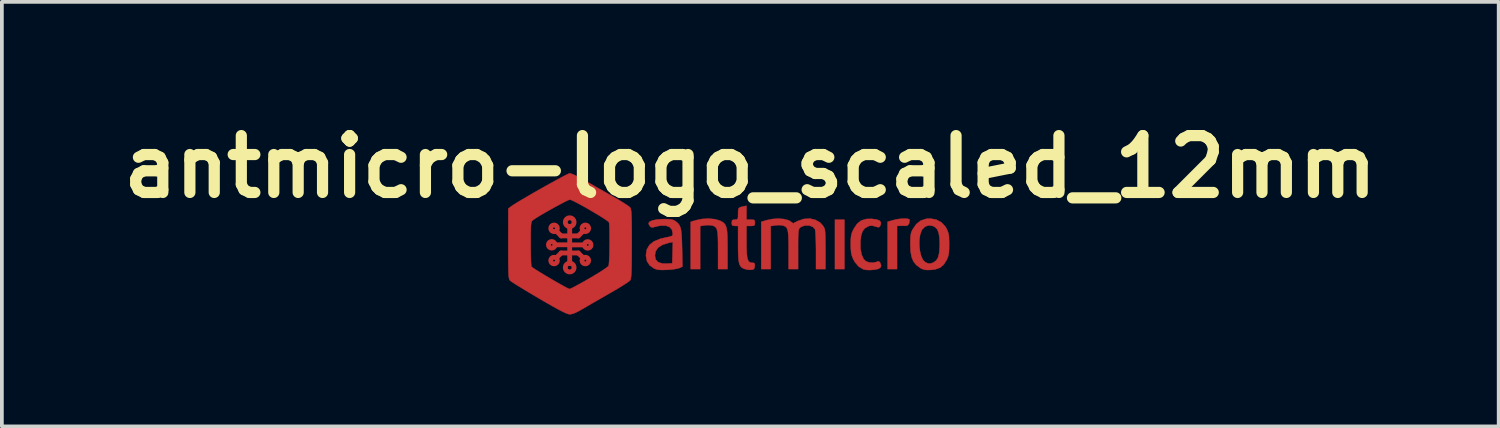
<source format=kicad_pcb>
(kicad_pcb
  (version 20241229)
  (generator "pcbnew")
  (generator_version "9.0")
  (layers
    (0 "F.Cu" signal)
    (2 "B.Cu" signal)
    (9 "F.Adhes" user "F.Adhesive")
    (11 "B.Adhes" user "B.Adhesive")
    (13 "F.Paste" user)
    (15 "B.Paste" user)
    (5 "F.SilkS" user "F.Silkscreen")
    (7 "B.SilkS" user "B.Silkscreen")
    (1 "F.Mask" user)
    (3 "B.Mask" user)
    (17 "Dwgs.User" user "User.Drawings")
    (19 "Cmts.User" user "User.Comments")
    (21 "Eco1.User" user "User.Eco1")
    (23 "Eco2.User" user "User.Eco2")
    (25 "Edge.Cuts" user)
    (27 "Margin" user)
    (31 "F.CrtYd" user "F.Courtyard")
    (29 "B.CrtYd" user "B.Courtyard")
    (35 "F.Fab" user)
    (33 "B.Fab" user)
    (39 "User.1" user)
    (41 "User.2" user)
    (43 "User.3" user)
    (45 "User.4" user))
  (footprint "antmicro-logo_scaled_12mm"
    (layer "F.Cu")
    (at 16.452 3.514)
    (property "Reference" "antmicro-logo_scaled_12mm" (at 0.61 -2.095 0) (layer "F.SilkS") (effects (font (size 1.524 1.524) (thickness 0.3))))
    (attr exclude_from_pos_files exclude_from_bom)
    (fp_line (start -4.624 -0.002) (end -4.269 -0.002) (stroke (width 0.13) (type solid)) (layer "F.Cu"))
    (fp_line (start -4.459 -0.24) (end -4.586 -0.367) (stroke (width 0.13) (type solid)) (layer "F.Cu"))
    (fp_line (start -4.459 -0.24) (end -4.231 -0.24) (stroke (width 0.13) (type solid)) (layer "F.Cu"))
    (fp_line (start -4.459 0.217) (end -4.586 0.344) (stroke (width 0.13) (type solid)) (layer "F.Cu"))
    (fp_line (start -4.459 0.217) (end -4.231 0.217) (stroke (width 0.13) (type solid)) (layer "F.Cu"))
    (fp_line (start -4.231 -0.492) (end -4.231 0.496) (stroke (width 0.13) (type solid)) (layer "F.Cu"))
    (fp_line (start -4.002 -0.24) (end -4.231 -0.24) (stroke (width 0.13) (type solid)) (layer "F.Cu"))
    (fp_line (start -4.002 -0.24) (end -3.875 -0.367) (stroke (width 0.13) (type solid)) (layer "F.Cu"))
    (fp_line (start -4.002 0.217) (end -4.231 0.217) (stroke (width 0.13) (type solid)) (layer "F.Cu"))
    (fp_line (start -4.002 0.217) (end -3.875 0.344) (stroke (width 0.13) (type solid)) (layer "F.Cu"))
    (fp_line (start -3.837 0.001) (end -4.192 0.001) (stroke (width 0.13) (type solid)) (layer "F.Cu"))
    (fp_circle (center -4.713 -0.002) (end -4.624 -0.002) (stroke (width 0.13) (type solid)) (fill no) (layer "F.Cu"))
    (fp_circle (center -4.65 -0.444) (end -4.561 -0.444) (stroke (width 0.13) (type solid)) (fill no) (layer "F.Cu"))
    (fp_circle (center -4.65 0.42) (end -4.561 0.42) (stroke (width 0.13) (type solid)) (fill no) (layer "F.Cu"))
    (fp_circle (center -4.231 -0.609) (end -4.114 -0.609) (stroke (width 0.13) (type solid)) (fill no) (layer "F.Cu"))
    (fp_circle (center -4.231 0.608) (end -4.114 0.608) (stroke (width 0.13) (type solid)) (fill no) (layer "F.Cu"))
    (fp_circle (center -3.812 -0.444) (end -3.723 -0.444) (stroke (width 0.13) (type solid)) (fill no) (layer "F.Cu"))
    (fp_circle (center -3.812 0.42) (end -3.723 0.42) (stroke (width 0.13) (type solid)) (fill no) (layer "F.Cu"))
    (fp_circle (center -3.748 0.001) (end -3.659 0.001) (stroke (width 0.13) (type solid)) (fill no) (layer "F.Cu"))
    (fp_poly (pts (xy 3.133 0.649) (xy 2.879 0.649) (xy 2.879 -0.677) (xy 3.133 -0.677) (xy 3.133 0.649)) (stroke (width 0.01) (type solid)) (fill yes) (layer "F.Cu"))
    (fp_poly (pts (xy 4.836 -0.698) (xy 4.878 -0.68) (xy 4.882 -0.67) (xy 4.866 -0.57) (xy 4.821 -0.517) (xy 4.773 -0.509) (xy 4.684 -0.512) (xy 4.621 -0.511) (xy 4.544 -0.508) (xy 4.544 0.649) (xy 4.29 0.649) (xy 4.29 -0.619) (xy 4.436 -0.662) (xy 4.543 -0.687) (xy 4.655 -0.701) (xy 4.757 -0.705) (xy 4.836 -0.698)) (stroke (width 0.01) (type solid)) (fill yes) (layer "F.Cu"))
    (fp_poly (pts (xy -0.34 -0.689) (xy -0.208 -0.651) (xy -0.206 -0.651) (xy -0.141 -0.617) (xy -0.091 -0.58) (xy -0.054 -0.529) (xy -0.029 -0.46) (xy -0.013 -0.362) (xy -0.004 -0.229) (xy -0.001 -0.054) (xy 0 0.111) (xy 0 0.649) (xy -0.254 0.649) (xy -0.254 0.133) (xy -0.255 -0.07) (xy -0.259 -0.224) (xy -0.269 -0.337) (xy -0.286 -0.415) (xy -0.312 -0.466) (xy -0.349 -0.497) (xy -0.398 -0.516) (xy -0.424 -0.522) (xy -0.51 -0.53) (xy -0.609 -0.524) (xy -0.622 -0.522) (xy -0.734 -0.503) (xy -0.734 0.649) (xy -0.988 0.649) (xy -0.988 -0.619) (xy -0.842 -0.662) (xy -0.678 -0.695) (xy -0.504 -0.704) (xy -0.34 -0.689)) (stroke (width 0.01) (type solid)) (fill yes) (layer "F.Cu"))
    (fp_poly (pts (xy 3.996 -0.681) (xy 4.08 -0.647) (xy 4.113 -0.594) (xy 4.099 -0.526) (xy 4.075 -0.483) (xy 4.045 -0.471) (xy 3.988 -0.485) (xy 3.96 -0.494) (xy 3.872 -0.516) (xy 3.799 -0.508) (xy 3.77 -0.497) (xy 3.681 -0.445) (xy 3.62 -0.369) (xy 3.582 -0.258) (xy 3.563 -0.103) (xy 3.562 -0.085) (xy 3.564 0.106) (xy 3.594 0.264) (xy 3.65 0.382) (xy 3.706 0.437) (xy 3.792 0.471) (xy 3.898 0.478) (xy 3.994 0.458) (xy 4.008 0.451) (xy 4.056 0.44) (xy 4.09 0.477) (xy 4.091 0.478) (xy 4.118 0.557) (xy 4.097 0.611) (xy 4.032 0.646) (xy 3.943 0.665) (xy 3.832 0.674) (xy 3.724 0.672) (xy 3.644 0.658) (xy 3.641 0.657) (xy 3.516 0.582) (xy 3.413 0.462) (xy 3.37 0.384) (xy 3.335 0.298) (xy 3.314 0.212) (xy 3.305 0.105) (xy 3.302 -0.018) (xy 3.304 -0.149) (xy 3.313 -0.243) (xy 3.331 -0.318) (xy 3.364 -0.394) (xy 3.381 -0.427) (xy 3.473 -0.565) (xy 3.582 -0.652) (xy 3.719 -0.694) (xy 3.86 -0.698) (xy 3.996 -0.681)) (stroke (width 0.01) (type solid)) (fill yes) (layer "F.Cu"))
    (fp_poly (pts (xy 0.508 -0.677) (xy 0.621 -0.677) (xy 0.693 -0.674) (xy 0.725 -0.656) (xy 0.734 -0.611) (xy 0.734 -0.593) (xy 0.729 -0.538) (xy 0.705 -0.514) (xy 0.645 -0.508) (xy 0.621 -0.508) (xy 0.508 -0.508) (xy 0.508 -0.077) (xy 0.51 0.116) (xy 0.517 0.26) (xy 0.532 0.361) (xy 0.556 0.427) (xy 0.591 0.464) (xy 0.639 0.478) (xy 0.667 0.48) (xy 0.715 0.487) (xy 0.731 0.518) (xy 0.729 0.572) (xy 0.716 0.634) (xy 0.683 0.661) (xy 0.621 0.67) (xy 0.525 0.663) (xy 0.437 0.639) (xy 0.385 0.61) (xy 0.346 0.571) (xy 0.318 0.515) (xy 0.299 0.433) (xy 0.289 0.317) (xy 0.283 0.16) (xy 0.282 -0.03) (xy 0.282 -0.508) (xy 0.198 -0.508) (xy 0.138 -0.515) (xy 0.115 -0.548) (xy 0.113 -0.593) (xy 0.12 -0.653) (xy 0.153 -0.675) (xy 0.198 -0.677) (xy 0.246 -0.68) (xy 0.271 -0.697) (xy 0.281 -0.743) (xy 0.282 -0.831) (xy 0.284 -0.925) (xy 0.297 -0.978) (xy 0.331 -1.007) (xy 0.398 -1.025) (xy 0.416 -1.029) (xy 0.508 -1.049) (xy 0.508 -0.677)) (stroke (width 0.01) (type solid)) (fill yes) (layer "F.Cu"))
    (fp_poly (pts (xy 2.354 -0.671) (xy 2.482 -0.598) (xy 2.561 -0.511) (xy 2.583 -0.474) (xy 2.6 -0.436) (xy 2.611 -0.388) (xy 2.618 -0.319) (xy 2.622 -0.222) (xy 2.624 -0.087) (xy 2.625 0.094) (xy 2.625 0.117) (xy 2.625 0.649) (xy 2.371 0.649) (xy 2.371 0.139) (xy 2.369 -0.028) (xy 2.365 -0.178) (xy 2.359 -0.3) (xy 2.351 -0.385) (xy 2.344 -0.421) (xy 2.28 -0.486) (xy 2.186 -0.52) (xy 2.08 -0.521) (xy 1.981 -0.488) (xy 1.94 -0.459) (xy 1.923 -0.438) (xy 1.91 -0.405) (xy 1.901 -0.352) (xy 1.895 -0.271) (xy 1.892 -0.155) (xy 1.891 0.006) (xy 1.891 0.117) (xy 1.891 0.649) (xy 1.637 0.649) (xy 1.637 0.133) (xy 1.636 -0.07) (xy 1.631 -0.224) (xy 1.622 -0.337) (xy 1.605 -0.415) (xy 1.579 -0.466) (xy 1.542 -0.497) (xy 1.493 -0.516) (xy 1.467 -0.522) (xy 1.381 -0.53) (xy 1.282 -0.524) (xy 1.269 -0.522) (xy 1.157 -0.503) (xy 1.157 0.649) (xy 0.903 0.649) (xy 0.903 -0.619) (xy 1.062 -0.665) (xy 1.206 -0.694) (xy 1.359 -0.703) (xy 1.503 -0.693) (xy 1.622 -0.664) (xy 1.683 -0.633) (xy 1.758 -0.577) (xy 1.886 -0.641) (xy 2.044 -0.695) (xy 2.204 -0.705) (xy 2.354 -0.671)) (stroke (width 0.01) (type solid)) (fill yes) (layer "F.Cu"))
    (fp_poly (pts (xy 5.591 -0.679) (xy 5.732 -0.604) (xy 5.841 -0.487) (xy 5.869 -0.438) (xy 5.903 -0.364) (xy 5.925 -0.293) (xy 5.936 -0.209) (xy 5.94 -0.094) (xy 5.941 -0.015) (xy 5.939 0.126) (xy 5.931 0.227) (xy 5.914 0.305) (xy 5.887 0.377) (xy 5.875 0.402) (xy 5.795 0.53) (xy 5.696 0.612) (xy 5.568 0.657) (xy 5.448 0.671) (xy 5.334 0.673) (xy 5.253 0.66) (xy 5.185 0.63) (xy 5.165 0.619) (xy 5.058 0.538) (xy 4.982 0.444) (xy 4.934 0.327) (xy 4.907 0.175) (xy 4.901 0.02) (xy 5.141 0.02) (xy 5.158 0.168) (xy 5.191 0.3) (xy 5.239 0.404) (xy 5.299 0.464) (xy 5.381 0.5) (xy 5.449 0.5) (xy 5.529 0.467) (xy 5.597 0.415) (xy 5.644 0.334) (xy 5.673 0.218) (xy 5.685 0.058) (xy 5.687 -0.028) (xy 5.68 -0.203) (xy 5.657 -0.331) (xy 5.617 -0.422) (xy 5.554 -0.482) (xy 5.505 -0.507) (xy 5.398 -0.524) (xy 5.297 -0.491) (xy 5.218 -0.413) (xy 5.203 -0.388) (xy 5.162 -0.271) (xy 5.142 -0.131) (xy 5.141 0.02) (xy 4.901 0.02) (xy 4.899 -0.014) (xy 4.901 -0.155) (xy 4.908 -0.254) (xy 4.923 -0.328) (xy 4.949 -0.393) (xy 4.958 -0.409) (xy 5.058 -0.555) (xy 5.177 -0.65) (xy 5.323 -0.698) (xy 5.429 -0.706) (xy 5.591 -0.679)) (stroke (width 0.01) (type solid)) (fill yes) (layer "F.Cu"))
    (fp_poly (pts (xy -1.578 -0.689) (xy -1.493 -0.679) (xy -1.433 -0.658) (xy -1.392 -0.632) (xy -1.337 -0.587) (xy -1.296 -0.538) (xy -1.266 -0.475) (xy -1.245 -0.391) (xy -1.232 -0.277) (xy -1.224 -0.124) (xy -1.219 0.076) (xy -1.218 0.086) (xy -1.209 0.582) (xy -1.289 0.62) (xy -1.353 0.638) (xy -1.456 0.655) (xy -1.577 0.667) (xy -1.623 0.669) (xy -1.757 0.673) (xy -1.851 0.668) (xy -1.921 0.652) (xy -1.974 0.63) (xy -2.091 0.545) (xy -2.161 0.435) (xy -2.187 0.294) (xy -2.187 0.286) (xy -1.947 0.286) (xy -1.926 0.393) (xy -1.86 0.463) (xy -1.751 0.499) (xy -1.639 0.502) (xy -1.482 0.494) (xy -1.466 -0.079) (xy -1.582 -0.053) (xy -1.747 -0.000113) (xy -1.862 0.074) (xy -1.927 0.171) (xy -1.947 0.286) (xy -2.187 0.286) (xy -2.187 0.268) (xy -2.164 0.122) (xy -2.093 0.002) (xy -1.974 -0.093) (xy -1.805 -0.163) (xy -1.644 -0.201) (xy -1.548 -0.22) (xy -1.494 -0.239) (xy -1.472 -0.265) (xy -1.468 -0.301) (xy -1.49 -0.407) (xy -1.556 -0.48) (xy -1.658 -0.517) (xy -1.793 -0.517) (xy -1.891 -0.497) (xy -1.981 -0.474) (xy -2.033 -0.469) (xy -2.063 -0.481) (xy -2.081 -0.501) (xy -2.111 -0.554) (xy -2.117 -0.581) (xy -2.09 -0.621) (xy -2.016 -0.654) (xy -1.904 -0.678) (xy -1.763 -0.69) (xy -1.702 -0.691) (xy -1.578 -0.689)) (stroke (width 0.01) (type solid)) (fill yes) (layer "F.Cu"))
    (fp_poly (pts (xy -4.178 -1.905) (xy -4.092 -1.868) (xy -3.981 -1.812) (xy -3.856 -1.744) (xy -3.837 -1.733) (xy -3.694 -1.651) (xy -3.521 -1.551) (xy -3.335 -1.445) (xy -3.156 -1.343) (xy -3.09 -1.306) (xy -2.947 -1.223) (xy -2.819 -1.146) (xy -2.715 -1.08) (xy -2.644 -1.031) (xy -2.618 -1.009) (xy -2.604 -0.99) (xy -2.593 -0.961) (xy -2.585 -0.918) (xy -2.578 -0.854) (xy -2.574 -0.763) (xy -2.571 -0.639) (xy -2.569 -0.476) (xy -2.568 -0.268) (xy -2.568 -0.031) (xy -2.569 0.23) (xy -2.57 0.44) (xy -2.572 0.605) (xy -2.576 0.731) (xy -2.582 0.822) (xy -2.589 0.886) (xy -2.599 0.927) (xy -2.609 0.949) (xy -2.646 0.981) (xy -2.724 1.035) (xy -2.834 1.105) (xy -2.968 1.187) (xy -3.119 1.274) (xy -3.129 1.28) (xy -3.3 1.378) (xy -3.475 1.479) (xy -3.641 1.574) (xy -3.782 1.657) (xy -3.87 1.708) (xy -4.011 1.787) (xy -4.116 1.836) (xy -4.196 1.858) (xy -4.232 1.861) (xy -4.276 1.852) (xy -4.341 1.828) (xy -4.432 1.785) (xy -4.554 1.721) (xy -4.711 1.633) (xy -4.909 1.52) (xy -5.052 1.436) (xy -5.237 1.327) (xy -5.408 1.225) (xy -5.558 1.133) (xy -5.682 1.057) (xy -5.771 0.999) (xy -5.82 0.965) (xy -5.825 0.961) (xy -5.84 0.943) (xy -5.851 0.92) (xy -5.86 0.883) (xy -5.867 0.829) (xy -5.872 0.75) (xy -5.875 0.641) (xy -5.877 0.495) (xy -5.878 0.307) (xy -5.878 0.071) (xy -5.878 -0.031) (xy -5.277 -0.031) (xy -5.276 0.146) (xy -5.273 0.304) (xy -5.269 0.436) (xy -5.263 0.53) (xy -5.257 0.58) (xy -5.255 0.584) (xy -5.224 0.609) (xy -5.153 0.657) (xy -5.051 0.721) (xy -4.928 0.796) (xy -4.792 0.877) (xy -4.653 0.958) (xy -4.52 1.034) (xy -4.403 1.1) (xy -4.31 1.15) (xy -4.251 1.178) (xy -4.237 1.183) (xy -4.201 1.17) (xy -4.125 1.133) (xy -4.017 1.075) (xy -3.884 1.002) (xy -3.734 0.916) (xy -3.707 0.901) (xy -3.556 0.811) (xy -3.42 0.728) (xy -3.309 0.656) (xy -3.23 0.6) (xy -3.191 0.567) (xy -3.189 0.564) (xy -3.181 0.521) (xy -3.174 0.433) (xy -3.168 0.31) (xy -3.164 0.164) (xy -3.162 0.005) (xy -3.161 -0.156) (xy -3.162 -0.308) (xy -3.164 -0.439) (xy -3.169 -0.539) (xy -3.176 -0.598) (xy -3.178 -0.604) (xy -3.207 -0.633) (xy -3.278 -0.683) (xy -3.38 -0.749) (xy -3.504 -0.825) (xy -3.641 -0.907) (xy -3.783 -0.989) (xy -3.919 -1.065) (xy -4.042 -1.131) (xy -4.141 -1.181) (xy -4.207 -1.209) (xy -4.226 -1.214) (xy -4.267 -1.2) (xy -4.346 -1.163) (xy -4.454 -1.107) (xy -4.582 -1.038) (xy -4.721 -0.962) (xy -4.86 -0.883) (xy -4.99 -0.808) (xy -5.102 -0.74) (xy -5.186 -0.686) (xy -5.228 -0.655) (xy -5.245 -0.635) (xy -5.257 -0.605) (xy -5.266 -0.555) (xy -5.272 -0.479) (xy -5.275 -0.368) (xy -5.277 -0.216) (xy -5.277 -0.031) (xy -5.878 -0.031) (xy -5.878 -0.032) (xy -5.877 -0.971) (xy -5.81 -1.025) (xy -5.754 -1.064) (xy -5.659 -1.124) (xy -5.534 -1.2) (xy -5.385 -1.287) (xy -5.221 -1.383) (xy -5.048 -1.481) (xy -4.875 -1.579) (xy -4.707 -1.672) (xy -4.554 -1.756) (xy -4.421 -1.827) (xy -4.317 -1.88) (xy -4.249 -1.912) (xy -4.227 -1.919) (xy -4.178 -1.905)) (stroke (width 0.01) (type solid)) (fill yes) (layer "F.Cu"))
    (fp_line (start -4.624 -0.002) (end -4.269 -0.002) (stroke (width 0.13) (type solid)) (layer "F.Mask"))
    (fp_line (start -4.459 -0.24) (end -4.586 -0.367) (stroke (width 0.13) (type solid)) (layer "F.Mask"))
    (fp_line (start -4.459 -0.24) (end -4.231 -0.24) (stroke (width 0.13) (type solid)) (layer "F.Mask"))
    (fp_line (start -4.459 0.217) (end -4.586 0.344) (stroke (width 0.13) (type solid)) (layer "F.Mask"))
    (fp_line (start -4.459 0.217) (end -4.231 0.217) (stroke (width 0.13) (type solid)) (layer "F.Mask"))
    (fp_line (start -4.231 -0.492) (end -4.231 0.496) (stroke (width 0.13) (type solid)) (layer "F.Mask"))
    (fp_line (start -4.002 -0.24) (end -4.231 -0.24) (stroke (width 0.13) (type solid)) (layer "F.Mask"))
    (fp_line (start -4.002 -0.24) (end -3.875 -0.367) (stroke (width 0.13) (type solid)) (layer "F.Mask"))
    (fp_line (start -4.002 0.217) (end -4.231 0.217) (stroke (width 0.13) (type solid)) (layer "F.Mask"))
    (fp_line (start -4.002 0.217) (end -3.875 0.344) (stroke (width 0.13) (type solid)) (layer "F.Mask"))
    (fp_line (start -3.837 0.001) (end -4.192 0.001) (stroke (width 0.13) (type solid)) (layer "F.Mask"))
    (fp_circle (center -4.713 -0.002) (end -4.624 -0.002) (stroke (width 0.13) (type solid)) (fill no) (layer "F.Mask"))
    (fp_circle (center -4.65 -0.444) (end -4.561 -0.444) (stroke (width 0.13) (type solid)) (fill no) (layer "F.Mask"))
    (fp_circle (center -4.65 0.42) (end -4.561 0.42) (stroke (width 0.13) (type solid)) (fill no) (layer "F.Mask"))
    (fp_circle (center -4.231 -0.609) (end -4.114 -0.609) (stroke (width 0.13) (type solid)) (fill no) (layer "F.Mask"))
    (fp_circle (center -4.231 0.608) (end -4.114 0.608) (stroke (width 0.13) (type solid)) (fill no) (layer "F.Mask"))
    (fp_circle (center -3.811 -0.444) (end -3.723 -0.444) (stroke (width 0.13) (type solid)) (fill no) (layer "F.Mask"))
    (fp_circle (center -3.811 0.42) (end -3.723 0.42) (stroke (width 0.13) (type solid)) (fill no) (layer "F.Mask"))
    (fp_circle (center -3.748 0.001) (end -3.659 0.001) (stroke (width 0.13) (type solid)) (fill no) (layer "F.Mask"))
    (fp_poly (pts (xy 3.133 0.649) (xy 2.879 0.649) (xy 2.879 -0.677) (xy 3.133 -0.677) (xy 3.133 0.649)) (stroke (width 0.01) (type solid)) (fill yes) (layer "F.Mask"))
    (fp_poly (pts (xy 4.836 -0.698) (xy 4.878 -0.68) (xy 4.882 -0.67) (xy 4.866 -0.57) (xy 4.821 -0.517) (xy 4.773 -0.509) (xy 4.684 -0.512) (xy 4.621 -0.511) (xy 4.544 -0.508) (xy 4.544 0.649) (xy 4.29 0.649) (xy 4.29 -0.619) (xy 4.436 -0.662) (xy 4.543 -0.687) (xy 4.655 -0.701) (xy 4.757 -0.705) (xy 4.836 -0.698)) (stroke (width 0.01) (type solid)) (fill yes) (layer "F.Mask"))
    (fp_poly (pts (xy -0.34 -0.689) (xy -0.208 -0.651) (xy -0.206 -0.651) (xy -0.141 -0.617) (xy -0.091 -0.58) (xy -0.054 -0.529) (xy -0.029 -0.46) (xy -0.013 -0.362) (xy -0.004 -0.229) (xy -0.001 -0.054) (xy 0 0.111) (xy 0 0.649) (xy -0.254 0.649) (xy -0.254 0.133) (xy -0.255 -0.07) (xy -0.259 -0.224) (xy -0.269 -0.337) (xy -0.286 -0.415) (xy -0.312 -0.466) (xy -0.349 -0.497) (xy -0.398 -0.516) (xy -0.424 -0.522) (xy -0.51 -0.53) (xy -0.609 -0.524) (xy -0.622 -0.522) (xy -0.734 -0.503) (xy -0.734 0.649) (xy -0.988 0.649) (xy -0.988 -0.619) (xy -0.842 -0.662) (xy -0.678 -0.695) (xy -0.504 -0.704) (xy -0.34 -0.689)) (stroke (width 0.01) (type solid)) (fill yes) (layer "F.Mask"))
    (fp_poly (pts (xy 3.996 -0.681) (xy 4.08 -0.647) (xy 4.113 -0.594) (xy 4.099 -0.526) (xy 4.075 -0.483) (xy 4.045 -0.471) (xy 3.988 -0.485) (xy 3.96 -0.494) (xy 3.872 -0.516) (xy 3.799 -0.508) (xy 3.77 -0.497) (xy 3.681 -0.445) (xy 3.62 -0.369) (xy 3.582 -0.258) (xy 3.563 -0.103) (xy 3.562 -0.085) (xy 3.564 0.106) (xy 3.594 0.264) (xy 3.65 0.382) (xy 3.706 0.437) (xy 3.792 0.471) (xy 3.898 0.478) (xy 3.994 0.458) (xy 4.008 0.451) (xy 4.056 0.44) (xy 4.09 0.477) (xy 4.091 0.478) (xy 4.118 0.557) (xy 4.097 0.611) (xy 4.032 0.646) (xy 3.943 0.665) (xy 3.832 0.674) (xy 3.724 0.672) (xy 3.644 0.658) (xy 3.641 0.657) (xy 3.516 0.582) (xy 3.413 0.462) (xy 3.37 0.384) (xy 3.335 0.298) (xy 3.314 0.212) (xy 3.305 0.105) (xy 3.302 -0.018) (xy 3.304 -0.149) (xy 3.313 -0.243) (xy 3.331 -0.318) (xy 3.364 -0.394) (xy 3.381 -0.427) (xy 3.473 -0.565) (xy 3.582 -0.652) (xy 3.719 -0.694) (xy 3.86 -0.698) (xy 3.996 -0.681)) (stroke (width 0.01) (type solid)) (fill yes) (layer "F.Mask"))
    (fp_poly (pts (xy 0.508 -0.677) (xy 0.621 -0.677) (xy 0.693 -0.674) (xy 0.725 -0.656) (xy 0.734 -0.611) (xy 0.734 -0.593) (xy 0.729 -0.538) (xy 0.705 -0.514) (xy 0.645 -0.508) (xy 0.621 -0.508) (xy 0.508 -0.508) (xy 0.508 -0.077) (xy 0.51 0.116) (xy 0.517 0.26) (xy 0.532 0.361) (xy 0.556 0.427) (xy 0.591 0.464) (xy 0.639 0.478) (xy 0.667 0.48) (xy 0.715 0.487) (xy 0.731 0.518) (xy 0.729 0.572) (xy 0.716 0.634) (xy 0.683 0.661) (xy 0.621 0.67) (xy 0.525 0.663) (xy 0.437 0.639) (xy 0.385 0.61) (xy 0.346 0.571) (xy 0.318 0.515) (xy 0.299 0.433) (xy 0.289 0.317) (xy 0.283 0.16) (xy 0.282 -0.03) (xy 0.282 -0.508) (xy 0.198 -0.508) (xy 0.138 -0.515) (xy 0.115 -0.548) (xy 0.113 -0.593) (xy 0.12 -0.653) (xy 0.153 -0.675) (xy 0.198 -0.677) (xy 0.246 -0.68) (xy 0.271 -0.697) (xy 0.281 -0.743) (xy 0.282 -0.831) (xy 0.284 -0.925) (xy 0.297 -0.978) (xy 0.331 -1.007) (xy 0.398 -1.025) (xy 0.416 -1.029) (xy 0.508 -1.049) (xy 0.508 -0.677)) (stroke (width 0.01) (type solid)) (fill yes) (layer "F.Mask"))
    (fp_poly (pts (xy 2.354 -0.671) (xy 2.482 -0.598) (xy 2.561 -0.511) (xy 2.583 -0.474) (xy 2.6 -0.436) (xy 2.611 -0.388) (xy 2.618 -0.319) (xy 2.622 -0.222) (xy 2.624 -0.087) (xy 2.625 0.094) (xy 2.625 0.117) (xy 2.625 0.649) (xy 2.371 0.649) (xy 2.371 0.139) (xy 2.369 -0.028) (xy 2.365 -0.178) (xy 2.359 -0.3) (xy 2.351 -0.385) (xy 2.344 -0.421) (xy 2.28 -0.486) (xy 2.186 -0.52) (xy 2.08 -0.521) (xy 1.981 -0.488) (xy 1.94 -0.459) (xy 1.923 -0.438) (xy 1.91 -0.405) (xy 1.901 -0.352) (xy 1.895 -0.271) (xy 1.892 -0.155) (xy 1.891 0.006) (xy 1.891 0.117) (xy 1.891 0.649) (xy 1.637 0.649) (xy 1.637 0.133) (xy 1.636 -0.07) (xy 1.631 -0.224) (xy 1.622 -0.337) (xy 1.605 -0.415) (xy 1.579 -0.466) (xy 1.542 -0.497) (xy 1.493 -0.516) (xy 1.467 -0.522) (xy 1.381 -0.53) (xy 1.282 -0.524) (xy 1.269 -0.522) (xy 1.157 -0.503) (xy 1.157 0.649) (xy 0.903 0.649) (xy 0.903 -0.619) (xy 1.062 -0.665) (xy 1.206 -0.694) (xy 1.359 -0.703) (xy 1.503 -0.693) (xy 1.622 -0.664) (xy 1.683 -0.633) (xy 1.758 -0.577) (xy 1.886 -0.641) (xy 2.044 -0.695) (xy 2.204 -0.705) (xy 2.354 -0.671)) (stroke (width 0.01) (type solid)) (fill yes) (layer "F.Mask"))
    (fp_poly (pts (xy 5.591 -0.679) (xy 5.732 -0.604) (xy 5.841 -0.487) (xy 5.869 -0.438) (xy 5.903 -0.364) (xy 5.925 -0.293) (xy 5.936 -0.209) (xy 5.94 -0.094) (xy 5.941 -0.015) (xy 5.939 0.126) (xy 5.931 0.227) (xy 5.914 0.305) (xy 5.887 0.377) (xy 5.875 0.402) (xy 5.795 0.53) (xy 5.696 0.612) (xy 5.568 0.657) (xy 5.448 0.671) (xy 5.334 0.673) (xy 5.253 0.66) (xy 5.185 0.63) (xy 5.165 0.619) (xy 5.058 0.538) (xy 4.982 0.444) (xy 4.934 0.327) (xy 4.907 0.175) (xy 4.901 0.02) (xy 5.141 0.02) (xy 5.158 0.168) (xy 5.191 0.3) (xy 5.239 0.404) (xy 5.299 0.464) (xy 5.381 0.5) (xy 5.449 0.5) (xy 5.529 0.467) (xy 5.597 0.415) (xy 5.644 0.334) (xy 5.673 0.218) (xy 5.685 0.058) (xy 5.687 -0.028) (xy 5.68 -0.203) (xy 5.657 -0.331) (xy 5.617 -0.422) (xy 5.554 -0.482) (xy 5.505 -0.507) (xy 5.398 -0.524) (xy 5.297 -0.491) (xy 5.218 -0.413) (xy 5.203 -0.388) (xy 5.162 -0.271) (xy 5.142 -0.131) (xy 5.141 0.02) (xy 4.901 0.02) (xy 4.899 -0.014) (xy 4.901 -0.155) (xy 4.908 -0.254) (xy 4.923 -0.328) (xy 4.949 -0.393) (xy 4.958 -0.409) (xy 5.058 -0.555) (xy 5.177 -0.65) (xy 5.323 -0.698) (xy 5.429 -0.706) (xy 5.591 -0.679)) (stroke (width 0.01) (type solid)) (fill yes) (layer "F.Mask"))
    (fp_poly (pts (xy -1.578 -0.689) (xy -1.493 -0.679) (xy -1.433 -0.658) (xy -1.392 -0.632) (xy -1.337 -0.587) (xy -1.296 -0.538) (xy -1.266 -0.475) (xy -1.245 -0.391) (xy -1.232 -0.277) (xy -1.224 -0.124) (xy -1.219 0.076) (xy -1.218 0.086) (xy -1.209 0.582) (xy -1.289 0.62) (xy -1.353 0.638) (xy -1.456 0.655) (xy -1.577 0.667) (xy -1.623 0.669) (xy -1.757 0.673) (xy -1.851 0.668) (xy -1.921 0.652) (xy -1.974 0.63) (xy -2.091 0.545) (xy -2.161 0.435) (xy -2.187 0.294) (xy -2.187 0.286) (xy -1.947 0.286) (xy -1.926 0.393) (xy -1.86 0.463) (xy -1.751 0.499) (xy -1.639 0.502) (xy -1.482 0.494) (xy -1.466 -0.079) (xy -1.582 -0.053) (xy -1.747 -0.000113) (xy -1.862 0.074) (xy -1.927 0.171) (xy -1.947 0.286) (xy -2.187 0.286) (xy -2.187 0.268) (xy -2.164 0.122) (xy -2.093 0.002) (xy -1.974 -0.093) (xy -1.805 -0.163) (xy -1.644 -0.201) (xy -1.548 -0.22) (xy -1.494 -0.239) (xy -1.472 -0.265) (xy -1.468 -0.301) (xy -1.49 -0.407) (xy -1.556 -0.48) (xy -1.658 -0.517) (xy -1.793 -0.517) (xy -1.891 -0.497) (xy -1.981 -0.474) (xy -2.033 -0.469) (xy -2.063 -0.481) (xy -2.081 -0.501) (xy -2.111 -0.554) (xy -2.117 -0.581) (xy -2.09 -0.621) (xy -2.016 -0.654) (xy -1.904 -0.678) (xy -1.763 -0.69) (xy -1.702 -0.691) (xy -1.578 -0.689)) (stroke (width 0.01) (type solid)) (fill yes) (layer "F.Mask"))
    (fp_poly (pts (xy -4.178 -1.905) (xy -4.092 -1.868) (xy -3.981 -1.812) (xy -3.856 -1.744) (xy -3.837 -1.733) (xy -3.694 -1.651) (xy -3.521 -1.551) (xy -3.335 -1.445) (xy -3.156 -1.343) (xy -3.09 -1.306) (xy -2.947 -1.223) (xy -2.819 -1.146) (xy -2.715 -1.08) (xy -2.644 -1.031) (xy -2.618 -1.009) (xy -2.604 -0.99) (xy -2.593 -0.961) (xy -2.585 -0.918) (xy -2.578 -0.854) (xy -2.574 -0.763) (xy -2.571 -0.639) (xy -2.569 -0.476) (xy -2.568 -0.268) (xy -2.568 -0.031) (xy -2.569 0.23) (xy -2.57 0.44) (xy -2.572 0.605) (xy -2.576 0.731) (xy -2.582 0.822) (xy -2.589 0.886) (xy -2.599 0.927) (xy -2.609 0.949) (xy -2.646 0.981) (xy -2.724 1.035) (xy -2.834 1.105) (xy -2.968 1.187) (xy -3.119 1.274) (xy -3.129 1.28) (xy -3.3 1.378) (xy -3.475 1.479) (xy -3.641 1.574) (xy -3.782 1.657) (xy -3.87 1.708) (xy -4.011 1.787) (xy -4.116 1.836) (xy -4.196 1.858) (xy -4.232 1.861) (xy -4.276 1.852) (xy -4.341 1.828) (xy -4.432 1.785) (xy -4.554 1.721) (xy -4.711 1.633) (xy -4.909 1.52) (xy -5.052 1.436) (xy -5.237 1.327) (xy -5.408 1.225) (xy -5.558 1.133) (xy -5.682 1.057) (xy -5.771 0.999) (xy -5.82 0.965) (xy -5.825 0.961) (xy -5.84 0.943) (xy -5.851 0.92) (xy -5.86 0.883) (xy -5.867 0.829) (xy -5.872 0.75) (xy -5.875 0.641) (xy -5.877 0.495) (xy -5.878 0.307) (xy -5.878 0.071) (xy -5.878 -0.031) (xy -5.277 -0.031) (xy -5.276 0.146) (xy -5.273 0.304) (xy -5.269 0.436) (xy -5.263 0.53) (xy -5.257 0.58) (xy -5.255 0.584) (xy -5.224 0.609) (xy -5.153 0.657) (xy -5.051 0.721) (xy -4.928 0.796) (xy -4.792 0.877) (xy -4.653 0.958) (xy -4.52 1.034) (xy -4.403 1.1) (xy -4.31 1.15) (xy -4.251 1.178) (xy -4.237 1.183) (xy -4.201 1.17) (xy -4.125 1.133) (xy -4.017 1.075) (xy -3.884 1.002) (xy -3.734 0.916) (xy -3.707 0.901) (xy -3.556 0.811) (xy -3.42 0.728) (xy -3.309 0.656) (xy -3.23 0.6) (xy -3.191 0.567) (xy -3.189 0.564) (xy -3.181 0.521) (xy -3.174 0.433) (xy -3.168 0.31) (xy -3.164 0.164) (xy -3.162 0.005) (xy -3.161 -0.156) (xy -3.162 -0.308) (xy -3.164 -0.439) (xy -3.169 -0.539) (xy -3.176 -0.598) (xy -3.178 -0.604) (xy -3.207 -0.633) (xy -3.278 -0.683) (xy -3.38 -0.749) (xy -3.504 -0.825) (xy -3.641 -0.907) (xy -3.783 -0.989) (xy -3.919 -1.065) (xy -4.042 -1.131) (xy -4.141 -1.181) (xy -4.207 -1.209) (xy -4.226 -1.214) (xy -4.267 -1.2) (xy -4.346 -1.163) (xy -4.454 -1.107) (xy -4.582 -1.038) (xy -4.721 -0.962) (xy -4.86 -0.883) (xy -4.99 -0.808) (xy -5.102 -0.74) (xy -5.186 -0.686) (xy -5.228 -0.655) (xy -5.245 -0.635) (xy -5.257 -0.605) (xy -5.266 -0.555) (xy -5.272 -0.479) (xy -5.275 -0.368) (xy -5.277 -0.216) (xy -5.277 -0.031) (xy -5.878 -0.031) (xy -5.878 -0.032) (xy -5.877 -0.971) (xy -5.81 -1.025) (xy -5.754 -1.064) (xy -5.659 -1.124) (xy -5.534 -1.2) (xy -5.385 -1.287) (xy -5.221 -1.383) (xy -5.048 -1.481) (xy -4.875 -1.579) (xy -4.707 -1.672) (xy -4.554 -1.756) (xy -4.421 -1.827) (xy -4.317 -1.88) (xy -4.249 -1.912) (xy -4.227 -1.919) (xy -4.178 -1.905)) (stroke (width 0.01) (type solid)) (fill yes) (layer "F.Mask")))
  (gr_rect
    (start -3 -3)
    (end 37.123 8.379)
    (stroke (width 0.1) (type default))
    (fill no)
    (layer "Edge.Cuts")))
</source>
